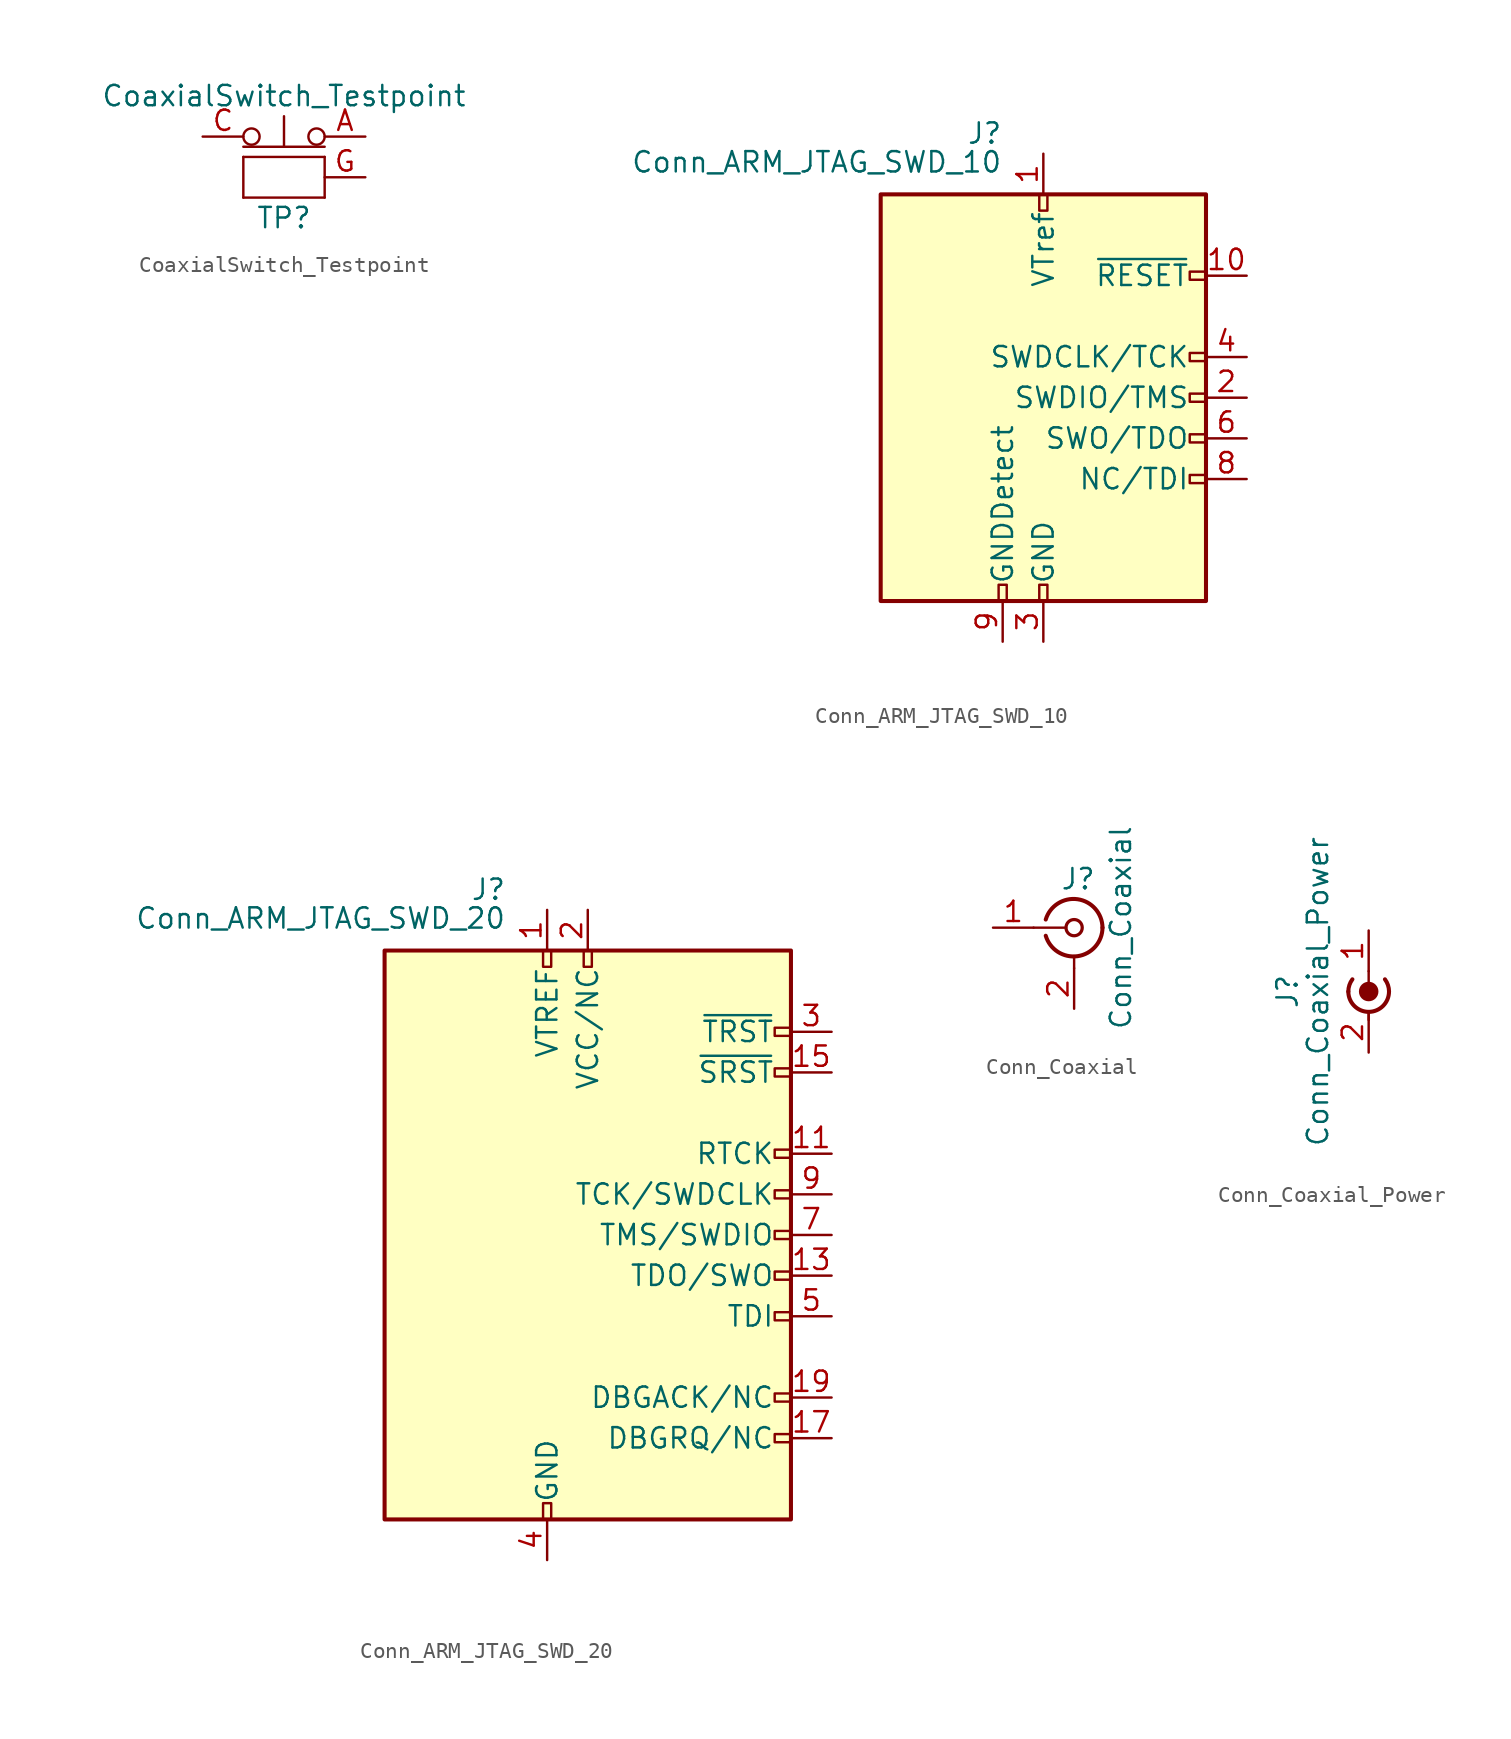
<source format=kicad_sym>
(kicad_symbol_lib
  (version 20200908)
  (generator kicad_symbol_editor)
  (symbol "Connector:CoaxialSwitch_Testpoint"
    (pin_names
      (offset 1.016) hide)
    (property "Reference" "TP"
      (at 0 -3.81 0)
      (effects (font (size 1.27 1.27))))
    (property "Value" "CoaxialSwitch_Testpoint"
      (at 0 3.81 0)
      (effects (font (size 1.27 1.27))))
    (symbol "CoaxialSwitch_Testpoint_1_1"
      (circle (center -2.032 1.27) (radius 0.508) (stroke (width 0)) (fill (type none)))
      (circle (center 2.032 1.27) (radius 0.508) (stroke (width 0)) (fill (type none)))
      (polyline (pts (xy -2.54 0.635) (xy 2.54 0.635)) (stroke (width 0)) (fill (type none)))
      (polyline (pts (xy 0 0.635) (xy 0 2.54)) (stroke (width 0)) (fill (type none)))
      (pin passive line (at 5.08 1.27 180) (length 2.54) (name "A" (effects (font (size 1.27 1.27)))) (number "A" (effects (font (size 1.27 1.27)))))
      (pin passive line (at -5.08 1.27 0) (length 2.54) (name "C" (effects (font (size 1.27 1.27)))) (number "C" (effects (font (size 1.27 1.27)))))
      (pin passive line (at 5.08 -1.27 180) (length 2.54) (name "G" (effects (font (size 1.27 1.27)))) (number "G" (effects (font (size 1.27 1.27))))))
    (symbol "CoaxialSwitch_Testpoint_0_1"
      (rectangle (start -2.54 -2.54) (end 2.54 -2.54) (stroke (width 0)) (fill (type none)))
      (rectangle (start -2.54 0) (end -2.54 -2.54) (stroke (width 0)) (fill (type none)))
      (rectangle (start 2.54 0) (end -2.54 0) (stroke (width 0)) (fill (type none)))
      (rectangle (start 2.54 0) (end 2.54 -2.54) (stroke (width 0)) (fill (type none)))))
  (symbol "Connector:Conn_ARM_JTAG_SWD_10"
    (pin_names
      (offset 1.016))
    (property "Reference" "J"
      (at -2.54 16.51 0)
      (effects (font (size 1.27 1.27)) (justify right)))
    (property "Value" "Conn_ARM_JTAG_SWD_10"
      (at -2.54 13.97 0)
      (effects (font (size 1.27 1.27)) (justify right bottom)))
    (symbol "Conn_ARM_JTAG_SWD_10_0_1"
      (rectangle (start -10.16 12.7) (end 10.16 -12.7) (stroke (width 0.254)) (fill (type background)))
      (rectangle (start -2.794 -12.7) (end -2.286 -11.684) (stroke (width 0)) (fill (type none)))
      (rectangle (start -0.254 -12.7) (end 0.254 -11.684) (stroke (width 0)) (fill (type none)))
      (rectangle (start -0.254 12.7) (end 0.254 11.684) (stroke (width 0)) (fill (type none)))
      (rectangle (start 9.144 2.286) (end 10.16 2.794) (stroke (width 0)) (fill (type none)))
      (rectangle (start 10.16 -2.794) (end 9.144 -2.286) (stroke (width 0)) (fill (type none)))
      (rectangle (start 10.16 -0.254) (end 9.144 0.254) (stroke (width 0)) (fill (type none)))
      (rectangle (start 10.16 7.874) (end 9.144 7.366) (stroke (width 0)) (fill (type none))))
    (symbol "Conn_ARM_JTAG_SWD_10_1_1"
      (rectangle (start 9.144 -5.334) (end 10.16 -4.826) (stroke (width 0)) (fill (type none)))
      (pin power_in line (at 0 15.24 270) (length 2.54) (name "VTref" (effects (font (size 1.27 1.27)))) (number "1" (effects (font (size 1.27 1.27)))))
      (pin open_collector line (at 12.7 7.62 180) (length 2.54) (name "~RESET~" (effects (font (size 1.27 1.27)))) (number "10" (effects (font (size 1.27 1.27)))))
      (pin bidirectional line (at 12.7 0 180) (length 2.54) (name "SWDIO/TMS" (effects (font (size 1.27 1.27)))) (number "2" (effects (font (size 1.27 1.27)))))
      (pin power_in line (at 0 -15.24 90) (length 2.54) (name "GND" (effects (font (size 1.27 1.27)))) (number "3" (effects (font (size 1.27 1.27)))))
      (pin output line (at 12.7 2.54 180) (length 2.54) (name "SWDCLK/TCK" (effects (font (size 1.27 1.27)))) (number "4" (effects (font (size 1.27 1.27)))))
      (pin passive line (at 0 -15.24 90) (length 2.54) hide (name "GND" (effects (font (size 1.27 1.27)))) (number "5" (effects (font (size 1.27 1.27)))))
      (pin input line (at 12.7 -2.54 180) (length 2.54) (name "SWO/TDO" (effects (font (size 1.27 1.27)))) (number "6" (effects (font (size 1.27 1.27)))))
      (pin unconnected line (at -10.16 0 0) (length 2.54) hide (name "KEY" (effects (font (size 1.27 1.27)))) (number "7" (effects (font (size 1.27 1.27)))))
      (pin output line (at 12.7 -5.08 180) (length 2.54) (name "NC/TDI" (effects (font (size 1.27 1.27)))) (number "8" (effects (font (size 1.27 1.27)))))
      (pin passive line (at -2.54 -15.24 90) (length 2.54) (name "GNDDetect" (effects (font (size 1.27 1.27)))) (number "9" (effects (font (size 1.27 1.27)))))))
  (symbol "Connector:Conn_ARM_JTAG_SWD_20"
    (pin_names
      (offset 1.016))
    (property "Reference" "J"
      (at -5.08 21.59 0)
      (effects (font (size 1.27 1.27)) (justify right)))
    (property "Value" "Conn_ARM_JTAG_SWD_20"
      (at -5.08 19.05 0)
      (effects (font (size 1.27 1.27)) (justify right bottom)))
    (symbol "Conn_ARM_JTAG_SWD_20_0_1"
      (rectangle (start -12.7 17.78) (end 12.7 -17.78) (stroke (width 0.254)) (fill (type background)))
      (rectangle (start -2.794 -17.78) (end -2.286 -16.764) (stroke (width 0)) (fill (type none)))
      (rectangle (start -2.794 17.78) (end -2.286 16.764) (stroke (width 0)) (fill (type none)))
      (rectangle (start -0.254 17.78) (end 0.254 16.764) (stroke (width 0)) (fill (type none)))
      (rectangle (start 11.684 2.286) (end 12.7 2.794) (stroke (width 0)) (fill (type none)))
      (rectangle (start 12.7 -12.446) (end 11.684 -12.954) (stroke (width 0)) (fill (type none)))
      (rectangle (start 12.7 -9.906) (end 11.684 -10.414) (stroke (width 0)) (fill (type none)))
      (rectangle (start 12.7 -2.794) (end 11.684 -2.286) (stroke (width 0)) (fill (type none)))
      (rectangle (start 12.7 -0.254) (end 11.684 0.254) (stroke (width 0)) (fill (type none)))
      (rectangle (start 12.7 4.826) (end 11.684 5.334) (stroke (width 0)) (fill (type none)))
      (rectangle (start 12.7 10.414) (end 11.684 9.906) (stroke (width 0)) (fill (type none)))
      (rectangle (start 12.7 12.954) (end 11.684 12.446) (stroke (width 0)) (fill (type none))))
    (symbol "Conn_ARM_JTAG_SWD_20_1_1"
      (rectangle (start 11.684 -5.334) (end 12.7 -4.826) (stroke (width 0)) (fill (type none)))
      (pin power_in line (at -2.54 20.32 270) (length 2.54) (name "VTREF" (effects (font (size 1.27 1.27)))) (number "1" (effects (font (size 1.27 1.27)))))
      (pin passive line (at -2.54 -20.32 90) (length 2.54) hide (name "GND" (effects (font (size 1.27 1.27)))) (number "10" (effects (font (size 1.27 1.27)))))
      (pin input line (at 15.24 5.08 180) (length 2.54) (name "RTCK" (effects (font (size 1.27 1.27)))) (number "11" (effects (font (size 1.27 1.27)))))
      (pin passive line (at -2.54 -20.32 90) (length 2.54) hide (name "GND" (effects (font (size 1.27 1.27)))) (number "12" (effects (font (size 1.27 1.27)))))
      (pin input line (at 15.24 -2.54 180) (length 2.54) (name "TDO/SWO" (effects (font (size 1.27 1.27)))) (number "13" (effects (font (size 1.27 1.27)))))
      (pin passive line (at -2.54 -20.32 90) (length 2.54) hide (name "GND" (effects (font (size 1.27 1.27)))) (number "14" (effects (font (size 1.27 1.27)))))
      (pin bidirectional line (at 15.24 10.16 180) (length 2.54) (name "~SRST~" (effects (font (size 1.27 1.27)))) (number "15" (effects (font (size 1.27 1.27)))))
      (pin passive line (at -2.54 -20.32 90) (length 2.54) hide (name "GND" (effects (font (size 1.27 1.27)))) (number "16" (effects (font (size 1.27 1.27)))))
      (pin output line (at 15.24 -12.7 180) (length 2.54) (name "DBGRQ/NC" (effects (font (size 1.27 1.27)))) (number "17" (effects (font (size 1.27 1.27)))))
      (pin passive line (at -2.54 -20.32 90) (length 2.54) hide (name "GND" (effects (font (size 1.27 1.27)))) (number "18" (effects (font (size 1.27 1.27)))))
      (pin input line (at 15.24 -10.16 180) (length 2.54) (name "DBGACK/NC" (effects (font (size 1.27 1.27)))) (number "19" (effects (font (size 1.27 1.27)))))
      (pin power_in line (at 0 20.32 270) (length 2.54) (name "VCC/NC" (effects (font (size 1.27 1.27)))) (number "2" (effects (font (size 1.27 1.27)))))
      (pin passive line (at -2.54 -20.32 90) (length 2.54) hide (name "GND" (effects (font (size 1.27 1.27)))) (number "20" (effects (font (size 1.27 1.27)))))
      (pin output line (at 15.24 12.7 180) (length 2.54) (name "~TRST~" (effects (font (size 1.27 1.27)))) (number "3" (effects (font (size 1.27 1.27)))))
      (pin power_in line (at -2.54 -20.32 90) (length 2.54) (name "GND" (effects (font (size 1.27 1.27)))) (number "4" (effects (font (size 1.27 1.27)))))
      (pin output line (at 15.24 -5.08 180) (length 2.54) (name "TDI" (effects (font (size 1.27 1.27)))) (number "5" (effects (font (size 1.27 1.27)))))
      (pin passive line (at -2.54 -20.32 90) (length 2.54) hide (name "GND" (effects (font (size 1.27 1.27)))) (number "6" (effects (font (size 1.27 1.27)))))
      (pin output line (at 15.24 0 180) (length 2.54) (name "TMS/SWDIO" (effects (font (size 1.27 1.27)))) (number "7" (effects (font (size 1.27 1.27)))))
      (pin passive line (at -2.54 -20.32 90) (length 2.54) hide (name "GND" (effects (font (size 1.27 1.27)))) (number "8" (effects (font (size 1.27 1.27)))))
      (pin output line (at 15.24 2.54 180) (length 2.54) (name "TCK/SWDCLK" (effects (font (size 1.27 1.27)))) (number "9" (effects (font (size 1.27 1.27)))))))
  (symbol "Connector:Conn_Coaxial"
    (pin_names
      (offset 1.016) hide)
    (property "Reference" "J"
      (at 0.254 3.048 0)
      (effects (font (size 1.27 1.27))))
    (property "Value" "Conn_Coaxial"
      (at 2.921 0 90)
      (effects (font (size 1.27 1.27))))
    (symbol "Conn_Coaxial_0_1"
      (arc (start -1.778 0.508) (end 1.778 0) (radius (at -0.0508 0) (length 1.8034) (angles 163.6 0)) (stroke (width 0.254)) (fill (type none)))
      (arc (start 1.778 0) (end -1.778 -0.508) (radius (at -0.0254 0) (length 1.8034) (angles 0 -163.8)) (stroke (width 0.254)) (fill (type none)))
      (circle (center 0 0) (radius 0.508) (stroke (width 0.203)) (fill (type none)))
      (polyline (pts (xy -2.54 0) (xy -0.508 0)) (stroke (width 0)) (fill (type none)))
      (polyline (pts (xy 0 -2.54) (xy 0 -1.778)) (stroke (width 0)) (fill (type none))))
    (symbol "Conn_Coaxial_1_1"
      (pin passive line (at -5.08 0 0) (length 2.54) (name "In" (effects (font (size 1.27 1.27)))) (number "1" (effects (font (size 1.27 1.27)))))
      (pin passive line (at 0 -5.08 90) (length 2.54) (name "Ext" (effects (font (size 1.27 1.27)))) (number "2" (effects (font (size 1.27 1.27)))))))
  (symbol "Connector:Conn_Coaxial_Power"
    (pin_names
      (offset 1.016) hide)
    (property "Reference" "J"
      (at -5.08 -1.27 90)
      (effects (font (size 1.27 1.27))))
    (property "Value" "Conn_Coaxial_Power"
      (at -3.175 -1.27 90)
      (effects (font (size 1.27 1.27))))
    (symbol "Conn_Coaxial_Power_0_1"
      (arc (start 1.016 -0.508) (end 1.27 -1.27) (radius (at 0 -1.27) (length 1.27) (angles 36.9 0)) (stroke (width 0.254)) (fill (type none)))
      (arc (start -1.27 -1.27) (end -1.016 -0.508) (radius (at 0 -1.27) (length 1.27) (angles 180 143.1)) (stroke (width 0.254)) (fill (type none)))
      (arc (start -1.27 -1.27) (end 1.27 -1.27) (radius (at 0 -1.27) (length 1.27) (angles -179.9 -0.1)) (stroke (width 0.254)) (fill (type none)))
      (circle (center 0 -1.27) (radius 0.508) (stroke (width 0.203)) (fill (type outline)))
      (polyline (pts (xy 0 -2.54) (xy 0 -3.048)) (stroke (width 0)) (fill (type none)))
      (polyline (pts (xy 0 0) (xy 0 -1.27)) (stroke (width 0)) (fill (type none))))
    (symbol "Conn_Coaxial_Power_1_1"
      (pin passive line (at 0 2.54 270) (length 2.54) (name "In" (effects (font (size 1.27 1.27)))) (number "1" (effects (font (size 1.27 1.27)))))
      (pin passive line (at 0 -5.08 90) (length 2.54) (name "Ext" (effects (font (size 1.27 1.27)))) (number "2" (effects (font (size 1.27 1.27))))))))
</source>
